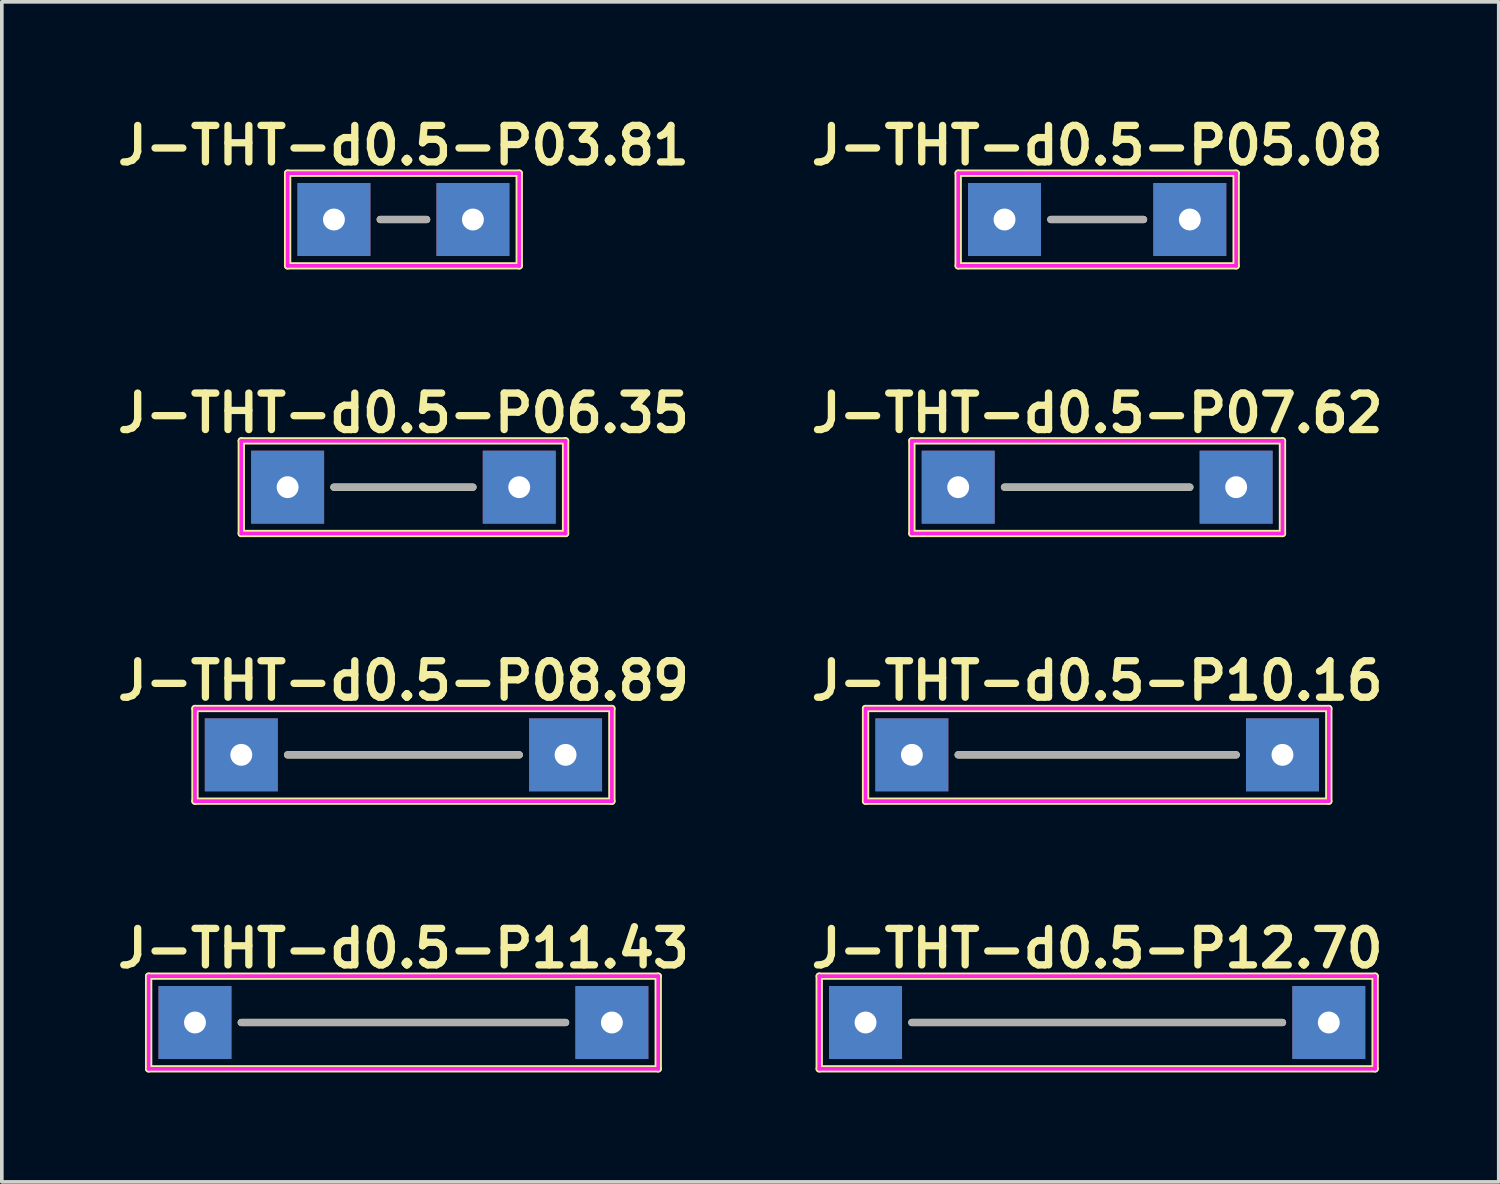
<source format=kicad_pcb>
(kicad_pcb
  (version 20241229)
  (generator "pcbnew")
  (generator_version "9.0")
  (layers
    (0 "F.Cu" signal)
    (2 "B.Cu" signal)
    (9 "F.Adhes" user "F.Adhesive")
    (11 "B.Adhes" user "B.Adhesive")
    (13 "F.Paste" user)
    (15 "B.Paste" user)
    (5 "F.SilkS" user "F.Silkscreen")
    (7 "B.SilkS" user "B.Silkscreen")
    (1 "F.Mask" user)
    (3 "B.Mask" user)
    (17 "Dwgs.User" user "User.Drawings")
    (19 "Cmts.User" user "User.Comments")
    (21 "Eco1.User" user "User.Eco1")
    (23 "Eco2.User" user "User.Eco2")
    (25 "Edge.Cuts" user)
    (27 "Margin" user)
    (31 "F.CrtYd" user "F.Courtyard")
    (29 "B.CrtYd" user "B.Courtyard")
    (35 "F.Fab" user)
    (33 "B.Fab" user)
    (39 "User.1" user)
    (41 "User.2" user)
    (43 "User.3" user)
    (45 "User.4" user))
  (footprint "J-THT-d0.5-P07.62"
    (layer "F.Cu")
    (at 27.029 10.306)
    (property "Reference" "J-THT-d0.5-P07.62" (at 0 -2.032 0) (layer "F.SilkS") (effects (font (size 1 1) (thickness 0.2))))
    (attr through_hole)
    (fp_line (start -5.08 -1.27) (end -5.08 1.27) (stroke (width 0.2) (type solid)) (layer "F.SilkS"))
    (fp_line (start -5.08 -1.27) (end 5.08 -1.27) (stroke (width 0.2) (type solid)) (layer "F.SilkS"))
    (fp_line (start -5.08 1.27) (end 5.08 1.27) (stroke (width 0.2) (type solid)) (layer "F.SilkS"))
    (fp_line (start -2.54 0) (end 2.54 0) (stroke (width 0.2) (type solid)) (layer "F.SilkS"))
    (fp_line (start 5.08 -1.27) (end 5.08 1.27) (stroke (width 0.2) (type solid)) (layer "F.SilkS"))
    (fp_line (start -5.08 -1.27) (end 5.08 -1.27) (stroke (width 0.1) (type solid)) (layer "F.CrtYd"))
    (fp_line (start -5.08 1.27) (end -5.08 -1.27) (stroke (width 0.1) (type solid)) (layer "F.CrtYd"))
    (fp_line (start 5.08 -1.27) (end 5.08 1.27) (stroke (width 0.1) (type solid)) (layer "F.CrtYd"))
    (fp_line (start 5.08 1.27) (end -5.08 1.27) (stroke (width 0.1) (type solid)) (layer "F.CrtYd"))
    (fp_line (start -2.54 0) (end 2.54 0) (stroke (width 0.2) (type solid)) (layer "F.Fab"))
    (pad "J" thru_hole rect (at -3.81 0) (size 2 2) (drill 0.6) (layers "*.Cu" "*.Mask"))
    (pad "J" thru_hole rect (at 3.81 0) (size 2 2) (drill 0.6) (layers "*.Cu" "*.Mask")))
  (footprint "J-THT-d0.5-P05.08"
    (layer "F.Cu")
    (at 27.029 2.968)
    (property "Reference" "J-THT-d0.5-P05.08" (at 0 -2.032 0) (layer "F.SilkS") (effects (font (size 1 1) (thickness 0.2))))
    (attr through_hole)
    (fp_line (start -3.81 -1.27) (end -3.81 1.27) (stroke (width 0.2) (type solid)) (layer "F.SilkS"))
    (fp_line (start -3.81 -1.27) (end 3.81 -1.27) (stroke (width 0.2) (type solid)) (layer "F.SilkS"))
    (fp_line (start -3.81 1.27) (end 3.81 1.27) (stroke (width 0.2) (type solid)) (layer "F.SilkS"))
    (fp_line (start -1.27 0) (end 1.27 0) (stroke (width 0.2) (type solid)) (layer "F.SilkS"))
    (fp_line (start 3.81 -1.27) (end 3.81 1.27) (stroke (width 0.2) (type solid)) (layer "F.SilkS"))
    (fp_line (start -3.81 -1.27) (end 3.81 -1.27) (stroke (width 0.1) (type solid)) (layer "F.CrtYd"))
    (fp_line (start -3.81 1.27) (end -3.81 -1.27) (stroke (width 0.1) (type solid)) (layer "F.CrtYd"))
    (fp_line (start 3.81 -1.27) (end 3.81 1.27) (stroke (width 0.1) (type solid)) (layer "F.CrtYd"))
    (fp_line (start 3.81 1.27) (end -3.81 1.27) (stroke (width 0.1) (type solid)) (layer "F.CrtYd"))
    (fp_line (start -1.27 0) (end 1.27 0) (stroke (width 0.2) (type solid)) (layer "F.Fab"))
    (pad "J" thru_hole rect (at -2.54 0) (size 2 2) (drill 0.6) (layers "*.Cu" "*.Mask"))
    (pad "J" thru_hole rect (at 2.54 0) (size 2 2) (drill 0.6) (layers "*.Cu" "*.Mask")))
  (footprint "J-THT-d0.5-P03.81"
    (layer "F.Cu")
    (at 8.01 2.968)
    (property "Reference" "J-THT-d0.5-P03.81" (at 0 -2.032 0) (layer "F.SilkS") (effects (font (size 1 1) (thickness 0.2))))
    (attr through_hole)
    (fp_line (start -3.175 -1.27) (end -3.175 1.27) (stroke (width 0.2) (type solid)) (layer "F.SilkS"))
    (fp_line (start -3.175 -1.27) (end 3.175 -1.27) (stroke (width 0.2) (type solid)) (layer "F.SilkS"))
    (fp_line (start -3.175 1.27) (end 3.175 1.27) (stroke (width 0.2) (type solid)) (layer "F.SilkS"))
    (fp_line (start -0.635 0) (end 0.635 0) (stroke (width 0.2) (type solid)) (layer "F.SilkS"))
    (fp_line (start 3.175 -1.27) (end 3.175 1.27) (stroke (width 0.2) (type solid)) (layer "F.SilkS"))
    (fp_line (start -3.175 -1.27) (end 3.175 -1.27) (stroke (width 0.1) (type solid)) (layer "F.CrtYd"))
    (fp_line (start -3.175 1.27) (end -3.175 -1.27) (stroke (width 0.1) (type solid)) (layer "F.CrtYd"))
    (fp_line (start 3.175 -1.27) (end 3.175 1.27) (stroke (width 0.1) (type solid)) (layer "F.CrtYd"))
    (fp_line (start 3.175 1.27) (end -3.175 1.27) (stroke (width 0.1) (type solid)) (layer "F.CrtYd"))
    (fp_line (start -0.635 0) (end 0.635 0) (stroke (width 0.2) (type solid)) (layer "F.Fab"))
    (pad "J" thru_hole rect (at -1.905 0) (size 2 2) (drill 0.6) (layers "*.Cu" "*.Mask"))
    (pad "J" thru_hole rect (at 1.905 0) (size 2 2) (drill 0.6) (layers "*.Cu" "*.Mask")))
  (footprint "J-THT-d0.5-P08.89"
    (layer "F.Cu")
    (at 8.01 17.644)
    (property "Reference" "J-THT-d0.5-P08.89" (at 0 -2.032 0) (layer "F.SilkS") (effects (font (size 1 1) (thickness 0.2))))
    (attr through_hole)
    (fp_line (start -5.715 -1.27) (end -5.715 1.27) (stroke (width 0.2) (type solid)) (layer "F.SilkS"))
    (fp_line (start -5.715 -1.27) (end 5.715 -1.27) (stroke (width 0.2) (type solid)) (layer "F.SilkS"))
    (fp_line (start -5.715 1.27) (end 5.715 1.27) (stroke (width 0.2) (type solid)) (layer "F.SilkS"))
    (fp_line (start -3.175 0) (end 3.175 0) (stroke (width 0.2) (type solid)) (layer "F.SilkS"))
    (fp_line (start 5.715 -1.27) (end 5.715 1.27) (stroke (width 0.2) (type solid)) (layer "F.SilkS"))
    (fp_line (start -5.715 -1.27) (end 5.715 -1.27) (stroke (width 0.1) (type solid)) (layer "F.CrtYd"))
    (fp_line (start -5.715 1.27) (end -5.715 -1.27) (stroke (width 0.1) (type solid)) (layer "F.CrtYd"))
    (fp_line (start 5.715 -1.27) (end 5.715 1.27) (stroke (width 0.1) (type solid)) (layer "F.CrtYd"))
    (fp_line (start 5.715 1.27) (end -5.715 1.27) (stroke (width 0.1) (type solid)) (layer "F.CrtYd"))
    (fp_line (start -3.175 0) (end 3.175 0) (stroke (width 0.2) (type solid)) (layer "F.Fab"))
    (pad "J" thru_hole rect (at -4.445 0) (size 2 2) (drill 0.6) (layers "*.Cu" "*.Mask"))
    (pad "J" thru_hole rect (at 4.445 0) (size 2 2) (drill 0.6) (layers "*.Cu" "*.Mask")))
  (footprint "J-THT-d0.5-P12.70"
    (layer "F.Cu")
    (at 27.029 24.982)
    (property "Reference" "J-THT-d0.5-P12.70" (at 0 -2.032 0) (layer "F.SilkS") (effects (font (size 1 1) (thickness 0.2))))
    (attr through_hole)
    (fp_line (start -7.62 -1.27) (end -7.62 1.27) (stroke (width 0.2) (type solid)) (layer "F.SilkS"))
    (fp_line (start -7.62 -1.27) (end 7.62 -1.27) (stroke (width 0.2) (type solid)) (layer "F.SilkS"))
    (fp_line (start -7.62 1.27) (end 7.62 1.27) (stroke (width 0.2) (type solid)) (layer "F.SilkS"))
    (fp_line (start -5.08 0) (end 5.08 0) (stroke (width 0.2) (type solid)) (layer "F.SilkS"))
    (fp_line (start 7.62 -1.27) (end 7.62 1.27) (stroke (width 0.2) (type solid)) (layer "F.SilkS"))
    (fp_line (start -7.62 -1.27) (end 7.62 -1.27) (stroke (width 0.1) (type solid)) (layer "F.CrtYd"))
    (fp_line (start -7.62 1.27) (end -7.62 -1.27) (stroke (width 0.1) (type solid)) (layer "F.CrtYd"))
    (fp_line (start 7.62 -1.27) (end 7.62 1.27) (stroke (width 0.1) (type solid)) (layer "F.CrtYd"))
    (fp_line (start 7.62 1.27) (end -7.62 1.27) (stroke (width 0.1) (type solid)) (layer "F.CrtYd"))
    (fp_line (start -5.08 0) (end 5.08 0) (stroke (width 0.2) (type solid)) (layer "F.Fab"))
    (pad "J" thru_hole rect (at -6.35 0) (size 2 2) (drill 0.6) (layers "*.Cu" "*.Mask"))
    (pad "J" thru_hole rect (at 6.35 0) (size 2 2) (drill 0.6) (layers "*.Cu" "*.Mask")))
  (footprint "J-THT-d0.5-P06.35"
    (layer "F.Cu")
    (at 8.01 10.306)
    (property "Reference" "J-THT-d0.5-P06.35" (at 0 -2.032 0) (layer "F.SilkS") (effects (font (size 1 1) (thickness 0.2))))
    (attr through_hole)
    (fp_line (start -4.445 -1.27) (end -4.445 1.27) (stroke (width 0.2) (type solid)) (layer "F.SilkS"))
    (fp_line (start -4.445 -1.27) (end 4.445 -1.27) (stroke (width 0.2) (type solid)) (layer "F.SilkS"))
    (fp_line (start -4.445 1.27) (end 4.445 1.27) (stroke (width 0.2) (type solid)) (layer "F.SilkS"))
    (fp_line (start -1.905 0) (end 1.905 0) (stroke (width 0.2) (type solid)) (layer "F.SilkS"))
    (fp_line (start 4.445 -1.27) (end 4.445 1.27) (stroke (width 0.2) (type solid)) (layer "F.SilkS"))
    (fp_line (start -4.445 -1.27) (end 4.445 -1.27) (stroke (width 0.1) (type solid)) (layer "F.CrtYd"))
    (fp_line (start -4.445 1.27) (end -4.445 -1.27) (stroke (width 0.1) (type solid)) (layer "F.CrtYd"))
    (fp_line (start 4.445 -1.27) (end 4.445 1.27) (stroke (width 0.1) (type solid)) (layer "F.CrtYd"))
    (fp_line (start 4.445 1.27) (end -4.445 1.27) (stroke (width 0.1) (type solid)) (layer "F.CrtYd"))
    (fp_line (start -1.905 0) (end 1.905 0) (stroke (width 0.2) (type solid)) (layer "F.Fab"))
    (pad "J" thru_hole rect (at -3.175 0) (size 2 2) (drill 0.6) (layers "*.Cu" "*.Mask"))
    (pad "J" thru_hole rect (at 3.175 0) (size 2 2) (drill 0.6) (layers "*.Cu" "*.Mask")))
  (footprint "J-THT-d0.5-P10.16"
    (layer "F.Cu")
    (at 27.029 17.644)
    (property "Reference" "J-THT-d0.5-P10.16" (at 0 -2.032 0) (layer "F.SilkS") (effects (font (size 1 1) (thickness 0.2))))
    (attr through_hole)
    (fp_line (start -6.35 -1.27) (end -6.35 1.27) (stroke (width 0.2) (type solid)) (layer "F.SilkS"))
    (fp_line (start -6.35 -1.27) (end 6.35 -1.27) (stroke (width 0.2) (type solid)) (layer "F.SilkS"))
    (fp_line (start -6.35 1.27) (end 6.35 1.27) (stroke (width 0.2) (type solid)) (layer "F.SilkS"))
    (fp_line (start -3.81 0) (end 3.81 0) (stroke (width 0.2) (type solid)) (layer "F.SilkS"))
    (fp_line (start 6.35 -1.27) (end 6.35 1.27) (stroke (width 0.2) (type solid)) (layer "F.SilkS"))
    (fp_line (start -6.35 -1.27) (end 6.35 -1.27) (stroke (width 0.1) (type solid)) (layer "F.CrtYd"))
    (fp_line (start -6.35 1.27) (end -6.35 -1.27) (stroke (width 0.1) (type solid)) (layer "F.CrtYd"))
    (fp_line (start 6.35 -1.27) (end 6.35 1.27) (stroke (width 0.1) (type solid)) (layer "F.CrtYd"))
    (fp_line (start 6.35 1.27) (end -6.35 1.27) (stroke (width 0.1) (type solid)) (layer "F.CrtYd"))
    (fp_line (start -3.81 0) (end 3.81 0) (stroke (width 0.2) (type solid)) (layer "F.Fab"))
    (pad "J" thru_hole rect (at -5.08 0) (size 2 2) (drill 0.6) (layers "*.Cu" "*.Mask"))
    (pad "J" thru_hole rect (at 5.08 0) (size 2 2) (drill 0.6) (layers "*.Cu" "*.Mask")))
  (footprint "J-THT-d0.5-P11.43"
    (layer "F.Cu")
    (at 8.01 24.982)
    (property "Reference" "J-THT-d0.5-P11.43" (at 0 -2.032 0) (layer "F.SilkS") (effects (font (size 1 1) (thickness 0.2))))
    (attr through_hole)
    (fp_line (start -6.985 -1.27) (end -6.985 1.27) (stroke (width 0.2) (type solid)) (layer "F.SilkS"))
    (fp_line (start -6.985 -1.27) (end 6.985 -1.27) (stroke (width 0.2) (type solid)) (layer "F.SilkS"))
    (fp_line (start -6.985 1.27) (end 6.985 1.27) (stroke (width 0.2) (type solid)) (layer "F.SilkS"))
    (fp_line (start -4.445 0) (end 4.445 0) (stroke (width 0.2) (type solid)) (layer "F.SilkS"))
    (fp_line (start 6.985 -1.27) (end 6.985 1.27) (stroke (width 0.2) (type solid)) (layer "F.SilkS"))
    (fp_line (start -6.985 -1.27) (end 6.985 -1.27) (stroke (width 0.1) (type solid)) (layer "F.CrtYd"))
    (fp_line (start -6.985 1.27) (end -6.985 -1.27) (stroke (width 0.1) (type solid)) (layer "F.CrtYd"))
    (fp_line (start 6.985 -1.27) (end 6.985 1.27) (stroke (width 0.1) (type solid)) (layer "F.CrtYd"))
    (fp_line (start 6.985 1.27) (end -6.985 1.27) (stroke (width 0.1) (type solid)) (layer "F.CrtYd"))
    (fp_line (start -4.445 0) (end 4.445 0) (stroke (width 0.2) (type solid)) (layer "F.Fab"))
    (pad "J" thru_hole rect (at -5.715 0) (size 2 2) (drill 0.6) (layers "*.Cu" "*.Mask"))
    (pad "J" thru_hole rect (at 5.715 0) (size 2 2) (drill 0.6) (layers "*.Cu" "*.Mask")))
  (gr_rect
    (start -3 -3)
    (end 38.038 29.352)
    (stroke (width 0.1) (type default))
    (fill no)
    (layer "Edge.Cuts")))
</source>
